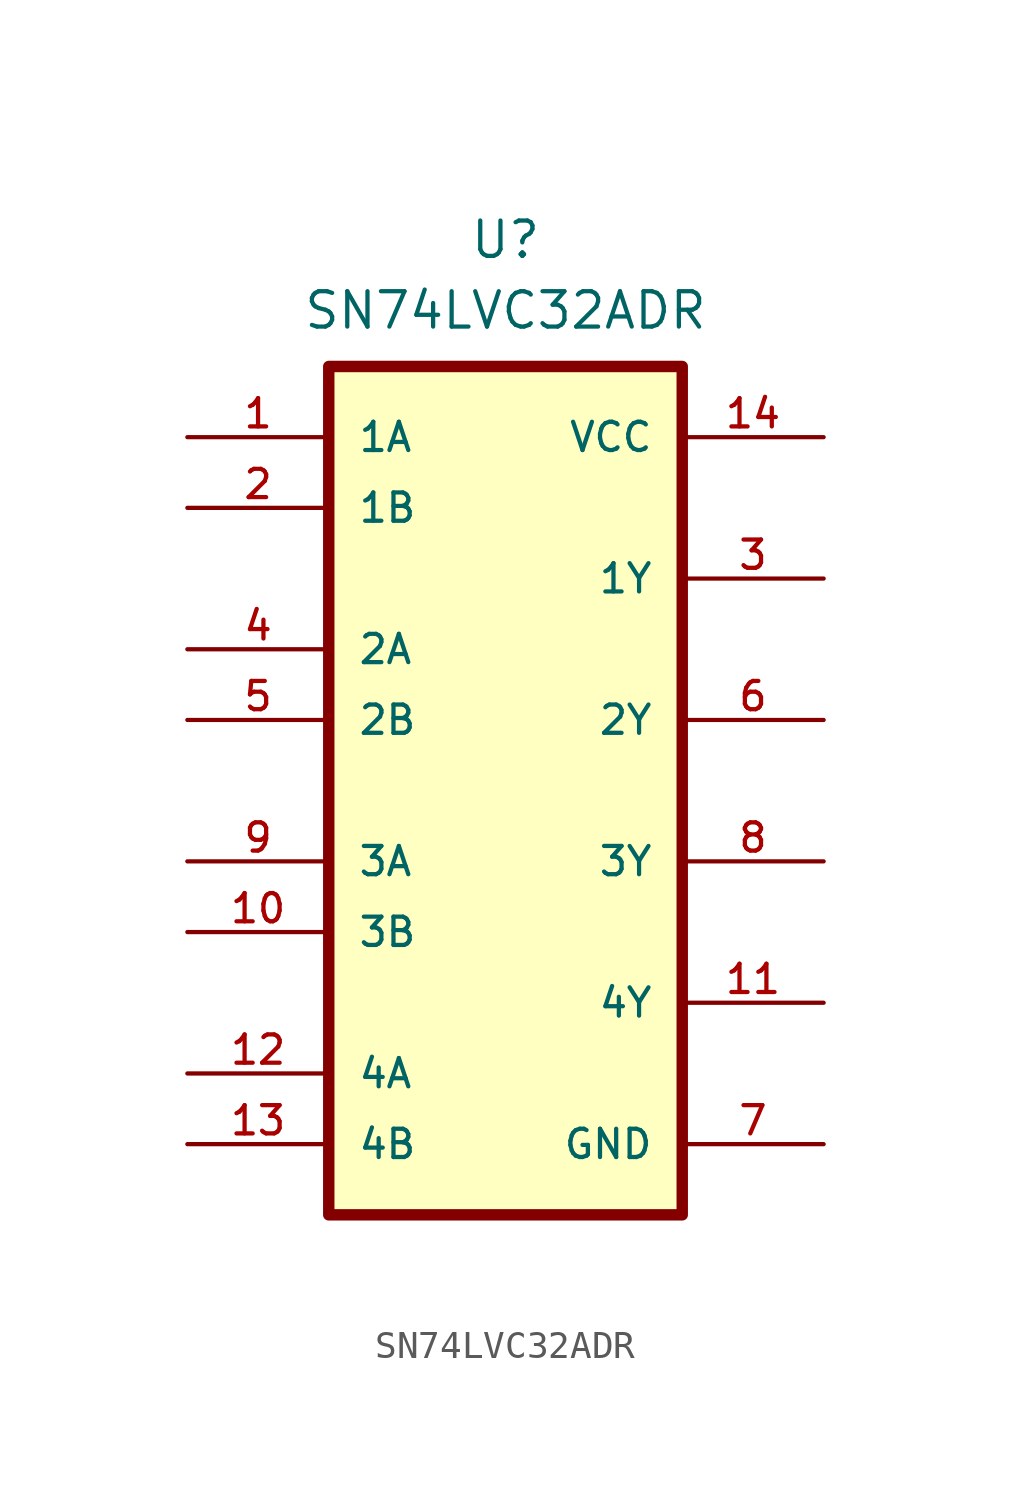
<source format=kicad_sym>
(kicad_symbol_lib
  (version 20220914)
  (generator kicad_symbol_editor)
  (symbol "SN74LVC32ADR"
    (pin_names
      (offset 1.016))
    (property "Reference" "U"
      (at 0 19.05 0)
      (effects (font (size 1.27 1.27)) (justify bottom)))
    (property "Value" "SN74LVC32ADR"
      (at 0 16.51 0)
      (effects (font (size 1.27 1.27)) (justify bottom)))
    (symbol "SN74LVC32ADR_0_0"
      (rectangle (start -6.35 15.24) (end 6.35 -15.24) (stroke (width 0.41) (type default)) (fill (type background)))
      (pin input line (at -11.43 12.7 0) (length 5.08) (name "1A" (effects (font (size 1.016 1.016)))) (number "1" (effects (font (size 1.016 1.016)))))
      (pin input line (at -11.43 -5.08 0) (length 5.08) (name "3B" (effects (font (size 1.016 1.016)))) (number "10" (effects (font (size 1.016 1.016)))))
      (pin output line (at 11.43 -7.62 180) (length 5.08) (name "4Y" (effects (font (size 1.016 1.016)))) (number "11" (effects (font (size 1.016 1.016)))))
      (pin input line (at -11.43 -10.16 0) (length 5.08) (name "4A" (effects (font (size 1.016 1.016)))) (number "12" (effects (font (size 1.016 1.016)))))
      (pin input line (at -11.43 -12.7 0) (length 5.08) (name "4B" (effects (font (size 1.016 1.016)))) (number "13" (effects (font (size 1.016 1.016)))))
      (pin power_in line (at 11.43 12.7 180) (length 5.08) (name "VCC" (effects (font (size 1.016 1.016)))) (number "14" (effects (font (size 1.016 1.016)))))
      (pin input line (at -11.43 10.16 0) (length 5.08) (name "1B" (effects (font (size 1.016 1.016)))) (number "2" (effects (font (size 1.016 1.016)))))
      (pin output line (at 11.43 7.62 180) (length 5.08) (name "1Y" (effects (font (size 1.016 1.016)))) (number "3" (effects (font (size 1.016 1.016)))))
      (pin input line (at -11.43 5.08 0) (length 5.08) (name "2A" (effects (font (size 1.016 1.016)))) (number "4" (effects (font (size 1.016 1.016)))))
      (pin input line (at -11.43 2.54 0) (length 5.08) (name "2B" (effects (font (size 1.016 1.016)))) (number "5" (effects (font (size 1.016 1.016)))))
      (pin output line (at 11.43 2.54 180) (length 5.08) (name "2Y" (effects (font (size 1.016 1.016)))) (number "6" (effects (font (size 1.016 1.016)))))
      (pin power_in line (at 11.43 -12.7 180) (length 5.08) (name "GND" (effects (font (size 1.016 1.016)))) (number "7" (effects (font (size 1.016 1.016)))))
      (pin output line (at 11.43 -2.54 180) (length 5.08) (name "3Y" (effects (font (size 1.016 1.016)))) (number "8" (effects (font (size 1.016 1.016)))))
      (pin input line (at -11.43 -2.54 0) (length 5.08) (name "3A" (effects (font (size 1.016 1.016)))) (number "9" (effects (font (size 1.016 1.016))))))))
</source>
